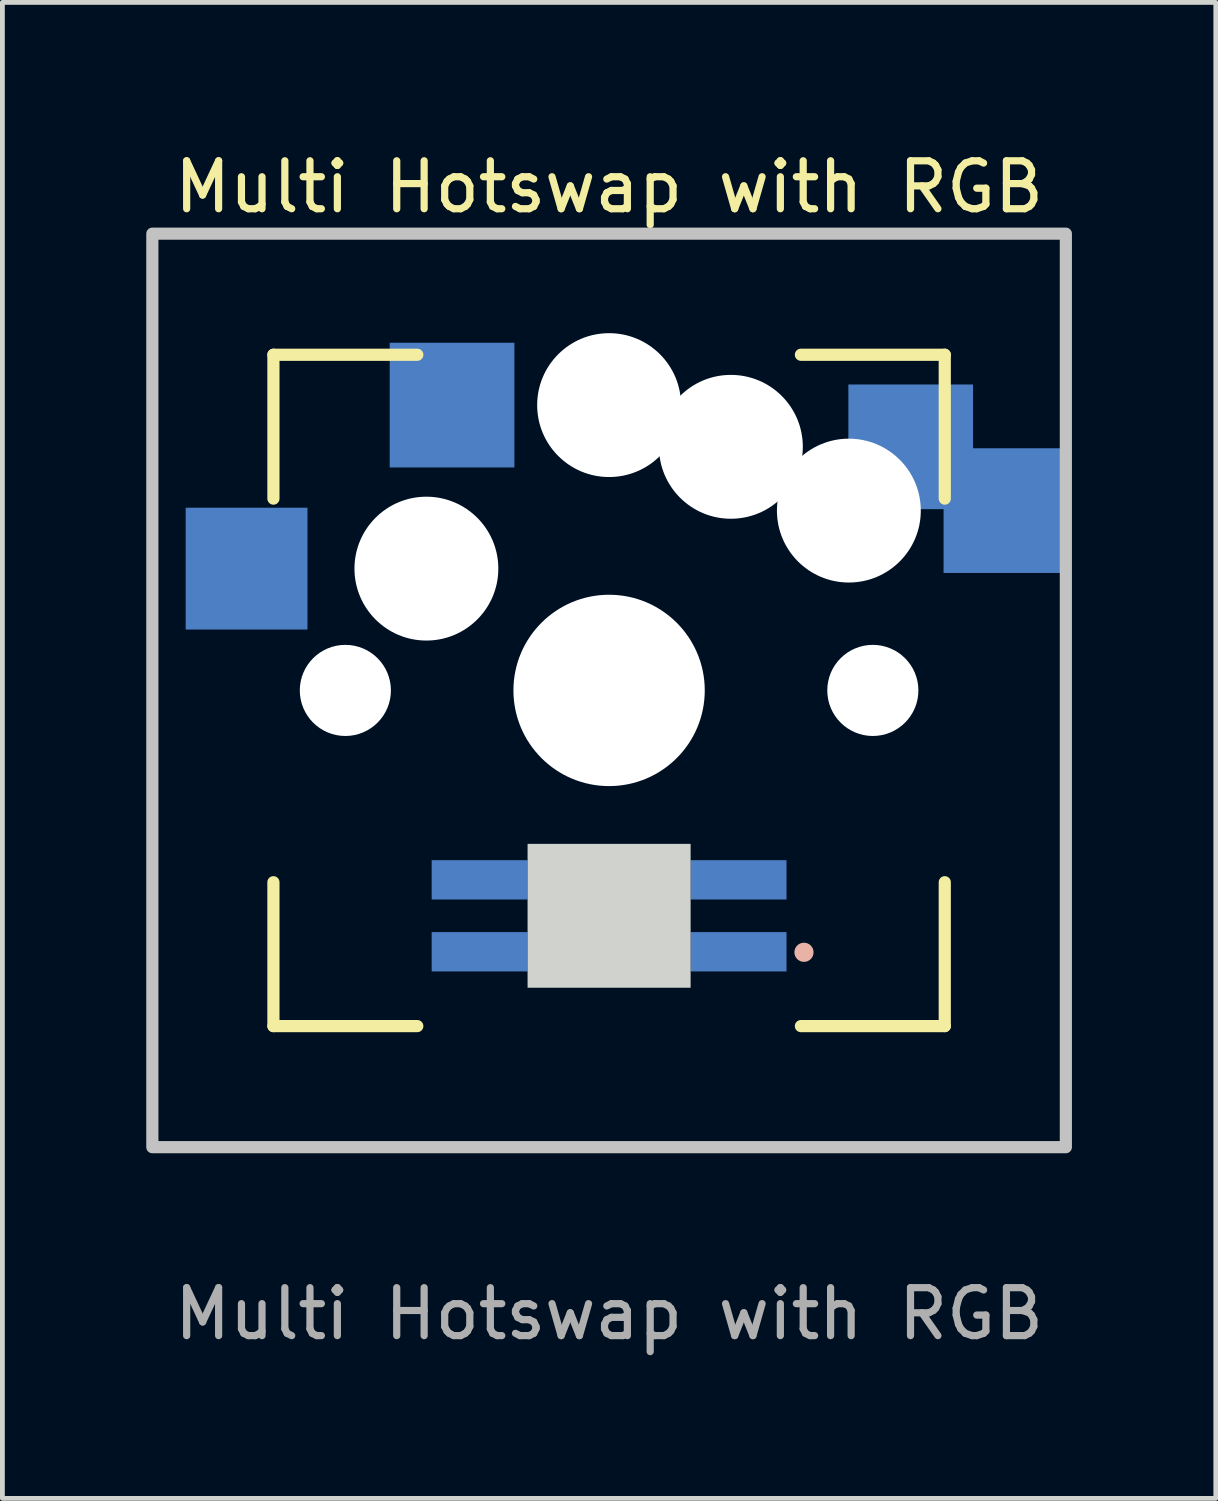
<source format=kicad_pcb>
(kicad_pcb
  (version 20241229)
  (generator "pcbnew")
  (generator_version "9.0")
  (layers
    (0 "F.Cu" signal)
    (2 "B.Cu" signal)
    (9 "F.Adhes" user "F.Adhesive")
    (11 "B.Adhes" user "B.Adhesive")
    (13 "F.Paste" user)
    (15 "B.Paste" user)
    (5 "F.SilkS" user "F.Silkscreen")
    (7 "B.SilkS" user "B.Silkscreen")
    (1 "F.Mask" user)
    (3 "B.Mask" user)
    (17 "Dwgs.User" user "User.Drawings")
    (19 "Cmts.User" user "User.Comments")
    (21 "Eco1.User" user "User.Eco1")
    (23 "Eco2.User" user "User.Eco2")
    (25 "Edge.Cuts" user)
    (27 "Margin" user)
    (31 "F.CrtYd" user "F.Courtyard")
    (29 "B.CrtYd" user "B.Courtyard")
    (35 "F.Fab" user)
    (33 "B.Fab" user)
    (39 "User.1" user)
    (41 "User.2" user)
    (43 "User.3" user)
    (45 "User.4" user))
  (footprint "Multi Hotswap with RGB"
    (layer "F.Cu")
    (at 9.652 11.348)
    (property "Reference" "Multi Hotswap with RGB" (at 0 -10.5 0) (unlocked yes) (layer "F.SilkS") (effects (font (size 1 1) (thickness 0.15))))
    (attr smd)
    (fp_line (start -7 -7) (end -7 -4) (stroke (width 0.254) (type solid)) (layer "F.SilkS"))
    (fp_line (start -7 -7) (end -4 -7) (stroke (width 0.254) (type solid)) (layer "F.SilkS"))
    (fp_line (start -7 7) (end -7 4) (stroke (width 0.254) (type solid)) (layer "F.SilkS"))
    (fp_line (start -7 7) (end -4 7) (stroke (width 0.254) (type solid)) (layer "F.SilkS"))
    (fp_line (start 4 7) (end 7 7) (stroke (width 0.254) (type solid)) (layer "F.SilkS"))
    (fp_line (start 7 -7) (end 4 -7) (stroke (width 0.254) (type solid)) (layer "F.SilkS"))
    (fp_line (start 7 -7) (end 7 -4) (stroke (width 0.254) (type solid)) (layer "F.SilkS"))
    (fp_line (start 7 7) (end 7 4) (stroke (width 0.254) (type solid)) (layer "F.SilkS"))
    (fp_circle (center 4.064 5.461) (end 4.264 5.461) (stroke (width 0) (type solid)) (fill yes) (layer "B.SilkS"))
    (fp_rect (start -9.525 -9.525) (end 9.525 9.525) (stroke (width 0.254) (type solid)) (fill no) (layer "Dwgs.User"))
    (fp_rect (start -1.7 3.2) (end 1.7 6.2) (stroke (width 0) (type solid)) (fill yes) (layer "Edge.Cuts"))
    (fp_text user "${REFERENCE}" (at 0 13 0) (unlocked yes) (layer "F.Fab") (effects (font (size 1 1) (thickness 0.15))))
    (pad "" np_thru_hole circle (at -5.5 0) (size 1.9 1.9) (drill 1.9) (layers "*.Cu" "*.Mask"))
    (pad "" np_thru_hole circle (at -3.81 -2.54) (size 3 3) (drill 3) (layers "*.Cu" "*.Mask"))
    (pad "" np_thru_hole circle (at 0 -5.95) (size 3 3) (drill 3) (layers "*.Cu" "*.Mask"))
    (pad "" np_thru_hole circle (at 0 0) (size 3.99 3.99) (drill 3.99) (layers "*.Cu" "*.Mask"))
    (pad "" np_thru_hole circle (at 2.54 -5.08) (size 3 3) (drill 3) (layers "*.Cu" "*.Mask"))
    (pad "" np_thru_hole circle (at 5 -3.75) (size 3 3) (drill 3) (layers "*.Cu" "*.Mask"))
    (pad "" np_thru_hole circle (at 5.5 0) (size 1.9 1.9) (drill 1.9) (layers "*.Cu" "*.Mask"))
    (pad "1" smd rect (at -7.56 -2.54) (size 2.54 2.54) (layers "B.Cu" "B.Mask" "B.Paste"))
    (pad "1" smd rect (at -3.275 -5.95) (size 2.6 2.6) (layers "B.Cu" "B.Mask" "B.Paste"))
    (pad "2" smd rect (at 6.29 -5.08) (size 2.6 2.6) (layers "B.Cu" "B.Mask" "B.Paste"))
    (pad "2" smd rect (at 8.275 -3.75) (size 2.6 2.6) (layers "B.Cu" "B.Mask" "B.Paste"))
    (pad "3" smd rect (at 2.7 3.95) (size 2 0.82) (layers "B.Cu" "B.Mask" "B.Paste"))
    (pad "4" smd rect (at 2.7 5.45) (size 2 0.82) (layers "B.Cu" "B.Mask" "B.Paste"))
    (pad "5" smd rect (at -2.7 5.45) (size 2 0.82) (layers "B.Cu" "B.Mask" "B.Paste"))
    (pad "6" smd rect (at -2.7 3.95) (size 2 0.82) (layers "B.Cu" "B.Mask" "B.Paste")))
  (gr_rect
    (start -3 -3)
    (end 22.304 28.197)
    (stroke (width 0.1) (type default))
    (fill no)
    (layer "Edge.Cuts")))
</source>
